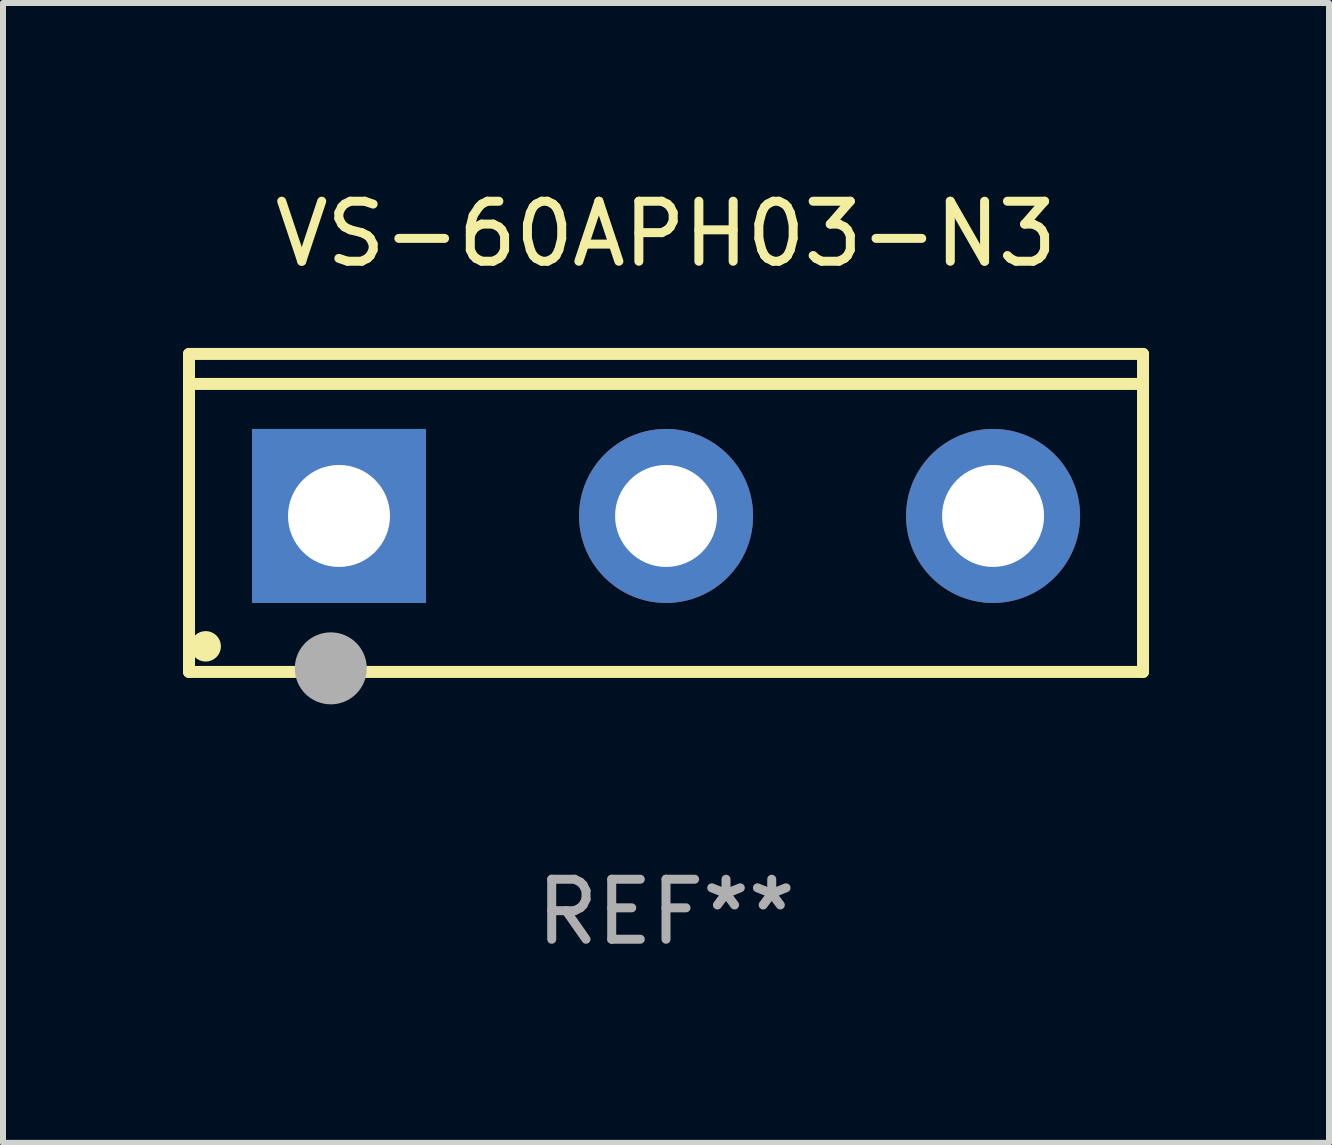
<source format=kicad_pcb>
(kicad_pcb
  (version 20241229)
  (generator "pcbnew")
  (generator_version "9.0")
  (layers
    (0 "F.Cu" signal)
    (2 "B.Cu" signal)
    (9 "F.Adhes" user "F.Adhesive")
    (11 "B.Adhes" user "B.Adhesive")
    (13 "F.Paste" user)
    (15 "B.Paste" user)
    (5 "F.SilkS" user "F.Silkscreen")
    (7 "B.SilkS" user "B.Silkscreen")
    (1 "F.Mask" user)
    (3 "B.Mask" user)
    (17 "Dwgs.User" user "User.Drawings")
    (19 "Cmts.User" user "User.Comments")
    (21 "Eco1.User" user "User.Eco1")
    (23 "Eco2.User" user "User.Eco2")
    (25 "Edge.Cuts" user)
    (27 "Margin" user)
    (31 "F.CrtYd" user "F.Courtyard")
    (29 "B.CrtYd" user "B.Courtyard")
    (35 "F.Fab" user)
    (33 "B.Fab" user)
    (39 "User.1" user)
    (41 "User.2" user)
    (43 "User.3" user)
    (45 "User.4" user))
  (footprint "VS-60APH03-N3"
    (layer "F.Cu")
    (at 8.05 5.499)
    (property "Reference" "VS-60APH03-N3" (at 0 -4.65 0) (layer "F.SilkS") (effects (font (size 1 1) (thickness 0.15))))
    (attr through_hole)
    (fp_line (start -7.95 -2.65) (end -7.95 2.65) (stroke (width 0.2) (type solid)) (layer "F.SilkS"))
    (fp_line (start -7.95 -2.15) (end 7.95 -2.15) (stroke (width 0.2) (type solid)) (layer "F.SilkS"))
    (fp_line (start -7.95 2.65) (end 7.95 2.65) (stroke (width 0.2) (type solid)) (layer "F.SilkS"))
    (fp_line (start 7.95 -2.65) (end -7.95 -2.65) (stroke (width 0.2) (type solid)) (layer "F.SilkS"))
    (fp_line (start 7.95 2.65) (end 7.95 -2.65) (stroke (width 0.2) (type solid)) (layer "F.SilkS"))
    (fp_circle (center -7.672 2.223) (end -7.545 2.223) (stroke (width 0.254) (type solid)) (fill no) (layer "F.SilkS"))
    (fp_circle (center -5.587 2.59) (end -5.287 2.59) (stroke (width 0.6) (type solid)) (fill no) (layer "F.Fab"))
    (fp_text user "REF**" (at 0 6.65 0) (layer "F.Fab") (effects (font (size 1 1) (thickness 0.15))))
    (pad "1" thru_hole rect (at -5.45 0.05) (size 2.9 2.9) (drill 1.7) (layers "*.Cu" "*.Mask"))
    (pad "2" thru_hole circle (at 0.001 0.05) (size 2.9 2.9) (drill 1.7) (layers "*.Cu" "*.Mask"))
    (pad "3" thru_hole circle (at 5.451 0.05) (size 2.9 2.9) (drill 1.7) (layers "*.Cu" "*.Mask")))
  (gr_rect
    (start -3 -3)
    (end 19.1 15.997)
    (stroke (width 0.1) (type default))
    (fill no)
    (layer "Edge.Cuts")))
</source>
